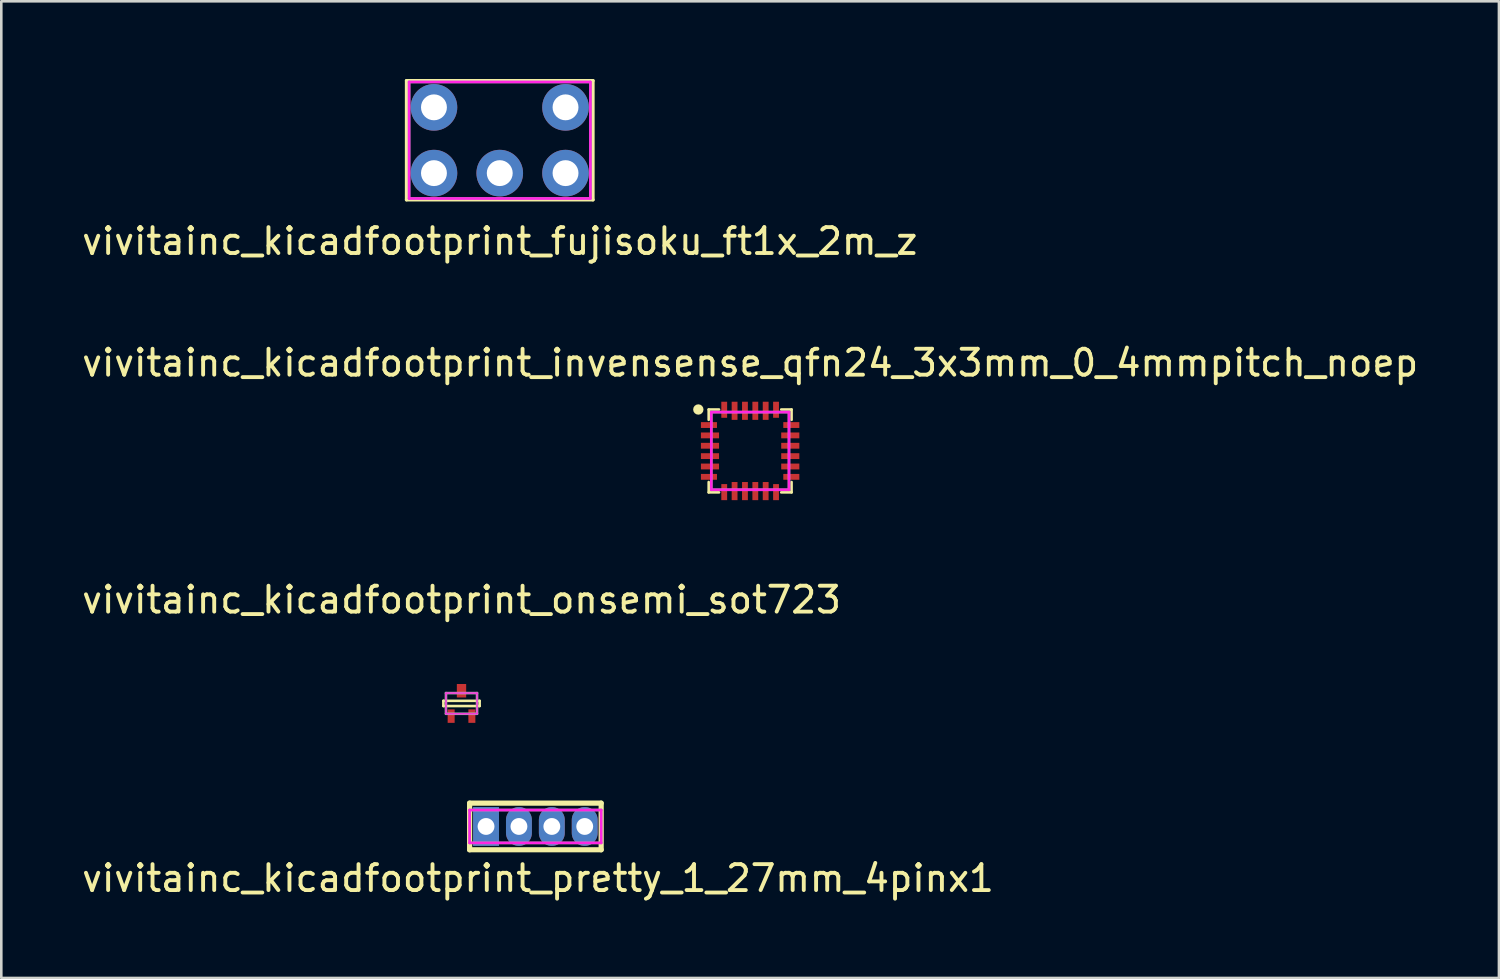
<source format=kicad_pcb>
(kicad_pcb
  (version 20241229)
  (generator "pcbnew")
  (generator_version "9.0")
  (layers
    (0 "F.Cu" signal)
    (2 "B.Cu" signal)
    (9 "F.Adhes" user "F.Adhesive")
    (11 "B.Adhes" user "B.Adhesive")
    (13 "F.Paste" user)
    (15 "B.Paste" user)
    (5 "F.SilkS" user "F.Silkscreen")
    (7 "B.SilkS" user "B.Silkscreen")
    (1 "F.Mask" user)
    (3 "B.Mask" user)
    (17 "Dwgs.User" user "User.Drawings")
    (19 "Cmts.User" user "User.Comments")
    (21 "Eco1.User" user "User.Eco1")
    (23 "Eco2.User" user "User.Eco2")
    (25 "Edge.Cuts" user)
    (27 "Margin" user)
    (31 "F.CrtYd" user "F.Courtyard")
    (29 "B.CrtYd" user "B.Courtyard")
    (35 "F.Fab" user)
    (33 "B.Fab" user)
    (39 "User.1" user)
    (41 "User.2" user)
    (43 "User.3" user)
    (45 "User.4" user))
  (footprint "vivitainc_kicadfootprint_onsemi_sot723"
    (layer "F.Cu")
    (at 14.768 24.108)
    (property "Reference" "vivitainc_kicadfootprint_onsemi_sot723" (at 0 -4 0) (layer "F.SilkS") (effects (font (size 1 1) (thickness 0.15))))
    (attr smd)
    (fp_line (start -0.7 -0.1) (end 0.7 -0.1) (stroke (width 0.1) (type solid)) (layer "F.SilkS"))
    (fp_line (start -0.7 0.1) (end -0.7 -0.1) (stroke (width 0.1) (type solid)) (layer "F.SilkS"))
    (fp_line (start 0.7 -0.1) (end 0.7 0.1) (stroke (width 0.1) (type solid)) (layer "F.SilkS"))
    (fp_line (start 0.7 0.1) (end -0.7 0.1) (stroke (width 0.1) (type solid)) (layer "F.SilkS"))
    (fp_line (start -0.6 -0.4) (end 0.6 -0.4) (stroke (width 0.05) (type solid)) (layer "F.CrtYd"))
    (fp_line (start -0.6 0.4) (end -0.6 -0.4) (stroke (width 0.05) (type solid)) (layer "F.CrtYd"))
    (fp_line (start 0.6 -0.4) (end 0.6 0.4) (stroke (width 0.05) (type solid)) (layer "F.CrtYd"))
    (fp_line (start 0.6 0.4) (end -0.6 0.4) (stroke (width 0.05) (type solid)) (layer "F.CrtYd"))
    (fp_line (start -0.6 -0.4) (end -0.6 0.4) (stroke (width 0.1) (type solid)) (layer "F.Fab"))
    (fp_line (start -0.6 0.4) (end 0.6 0.4) (stroke (width 0.1) (type solid)) (layer "F.Fab"))
    (fp_line (start 0.6 -0.4) (end -0.6 -0.4) (stroke (width 0.1) (type solid)) (layer "F.Fab"))
    (fp_line (start 0.6 0.4) (end 0.6 -0.4) (stroke (width 0.1) (type solid)) (layer "F.Fab"))
    (pad "1" smd rect (at -0.4 0.49) (size 0.27 0.52) (layers "F.Cu" "F.Mask" "F.Paste"))
    (pad "2" smd rect (at 0.4 0.49) (size 0.27 0.52) (layers "F.Cu" "F.Mask" "F.Paste"))
    (pad "3" smd rect (at 0 -0.49) (size 0.36 0.52) (layers "F.Cu" "F.Mask" "F.Paste")))
  (footprint "vivitainc_kicadfootprint_invensense_qfn24_3x3mm_0_4mmpitch_noep"
    (layer "F.Cu")
    (at 25.911 14.36)
    (property "Reference" "vivitainc_kicadfootprint_invensense_qfn24_3x3mm_0_4mmpitch_noep" (at 0 -3.4 0) (layer "F.SilkS") (effects (font (size 1 1) (thickness 0.15))))
    (attr smd)
    (fp_line (start -1.6 -1.6) (end -1.6 -1.2) (stroke (width 0.1) (type solid)) (layer "F.SilkS"))
    (fp_line (start -1.6 -1.6) (end -1.2 -1.6) (stroke (width 0.1) (type solid)) (layer "F.SilkS"))
    (fp_line (start -1.6 1.6) (end -1.6 1.2) (stroke (width 0.1) (type solid)) (layer "F.SilkS"))
    (fp_line (start -1.6 1.6) (end -1.2 1.6) (stroke (width 0.1) (type solid)) (layer "F.SilkS"))
    (fp_line (start 1.2 -1.6) (end 1.6 -1.6) (stroke (width 0.1) (type solid)) (layer "F.SilkS"))
    (fp_line (start 1.6 -1.6) (end 1.6 -1.2) (stroke (width 0.1) (type solid)) (layer "F.SilkS"))
    (fp_line (start 1.6 1.6) (end 1.2 1.6) (stroke (width 0.1) (type solid)) (layer "F.SilkS"))
    (fp_line (start 1.6 1.6) (end 1.6 1.2) (stroke (width 0.1) (type solid)) (layer "F.SilkS"))
    (fp_circle (center -2 -1.6) (end -2 -1.5) (stroke (width 0.2) (type solid)) (fill no) (layer "F.SilkS"))
    (fp_line (start -0.85 -0.77) (end 0.85 -0.77) (stroke (width 0.1) (type solid)) (layer "Eco1.User"))
    (fp_line (start -0.85 0.77) (end -0.85 -0.77) (stroke (width 0.1) (type solid)) (layer "Eco1.User"))
    (fp_line (start 0.85 -0.77) (end 0.85 0.77) (stroke (width 0.1) (type solid)) (layer "Eco1.User"))
    (fp_line (start 0.85 0.77) (end -0.85 0.77) (stroke (width 0.1) (type solid)) (layer "Eco1.User"))
    (fp_line (start -1.5 -1.5) (end -1.5 1.5) (stroke (width 0.1) (type solid)) (layer "F.CrtYd"))
    (fp_line (start -1.5 1.5) (end 1.5 1.5) (stroke (width 0.1) (type solid)) (layer "F.CrtYd"))
    (fp_line (start 1.5 -1.5) (end -1.5 -1.5) (stroke (width 0.1) (type solid)) (layer "F.CrtYd"))
    (fp_line (start 1.5 1.5) (end 1.5 -1.5) (stroke (width 0.1) (type solid)) (layer "F.CrtYd"))
    (fp_line (start -1.5 -1.5) (end -1.5 1.5) (stroke (width 0.1) (type solid)) (layer "F.Fab"))
    (fp_line (start -1.5 1.5) (end 1.5 1.5) (stroke (width 0.1) (type solid)) (layer "F.Fab"))
    (fp_line (start 1.5 -1.5) (end -1.5 -1.5) (stroke (width 0.1) (type solid)) (layer "F.Fab"))
    (fp_line (start 1.5 1.5) (end 1.5 -1.5) (stroke (width 0.1) (type solid)) (layer "F.Fab"))
    (pad "1" smd rect (at -1.59 -1) (size 0.62 0.225) (layers "F.Cu" "F.Mask" "F.Paste"))
    (pad "2" smd rect (at -1.55 -0.6) (size 0.7 0.225) (layers "F.Cu" "F.Mask" "F.Paste"))
    (pad "3" smd rect (at -1.55 -0.2) (size 0.7 0.225) (layers "F.Cu" "F.Mask" "F.Paste"))
    (pad "4" smd rect (at -1.55 0.2) (size 0.7 0.225) (layers "F.Cu" "F.Mask" "F.Paste"))
    (pad "5" smd rect (at -1.55 0.6) (size 0.7 0.225) (layers "F.Cu" "F.Mask" "F.Paste"))
    (pad "6" smd rect (at -1.59 1) (size 0.62 0.225) (layers "F.Cu" "F.Mask" "F.Paste"))
    (pad "7" smd rect (at -1 1.59) (size 0.225 0.62) (layers "F.Cu" "F.Mask" "F.Paste"))
    (pad "8" smd rect (at -0.6 1.55) (size 0.225 0.7) (layers "F.Cu" "F.Mask" "F.Paste"))
    (pad "9" smd rect (at -0.2 1.55) (size 0.225 0.7) (layers "F.Cu" "F.Mask" "F.Paste"))
    (pad "10" smd rect (at 0.2 1.55) (size 0.225 0.7) (layers "F.Cu" "F.Mask" "F.Paste"))
    (pad "11" smd rect (at 0.6 1.55) (size 0.225 0.7) (layers "F.Cu" "F.Mask" "F.Paste"))
    (pad "12" smd rect (at 1 1.59) (size 0.225 0.62) (layers "F.Cu" "F.Mask" "F.Paste"))
    (pad "13" smd rect (at 1.59 1) (size 0.62 0.225) (layers "F.Cu" "F.Mask" "F.Paste"))
    (pad "14" smd rect (at 1.55 0.6) (size 0.7 0.225) (layers "F.Cu" "F.Mask" "F.Paste"))
    (pad "15" smd rect (at 1.55 0.2) (size 0.7 0.225) (layers "F.Cu" "F.Mask" "F.Paste"))
    (pad "16" smd rect (at 1.55 -0.2) (size 0.7 0.225) (layers "F.Cu" "F.Mask" "F.Paste"))
    (pad "17" smd rect (at 1.55 -0.6) (size 0.7 0.225) (layers "F.Cu" "F.Mask" "F.Paste"))
    (pad "18" smd rect (at 1.59 -1) (size 0.62 0.225) (layers "F.Cu" "F.Mask" "F.Paste"))
    (pad "19" smd rect (at 1 -1.59) (size 0.225 0.62) (layers "F.Cu" "F.Mask" "F.Paste"))
    (pad "20" smd rect (at 0.6 -1.55) (size 0.225 0.7) (layers "F.Cu" "F.Mask" "F.Paste"))
    (pad "21" smd rect (at 0.2 -1.55) (size 0.225 0.7) (layers "F.Cu" "F.Mask" "F.Paste"))
    (pad "22" smd rect (at -0.2 -1.55) (size 0.225 0.7) (layers "F.Cu" "F.Mask" "F.Paste"))
    (pad "23" smd rect (at -0.6 -1.55) (size 0.225 0.7) (layers "F.Cu" "F.Mask" "F.Paste"))
    (pad "24" smd rect (at -1 -1.59) (size 0.225 0.62) (layers "F.Cu" "F.Mask" "F.Paste")))
  (footprint "vivitainc_kicadfootprint_pretty_1_27mm_4pinx1"
    (layer "F.Cu")
    (at 17.62 28.858)
    (property "Reference" "vivitainc_kicadfootprint_pretty_1_27mm_4pinx1" (at 0.1 2 0) (layer "F.SilkS") (effects (font (size 1 1) (thickness 0.15))))
    (attr through_hole)
    (fp_line (start -2.54 -0.9) (end 2.54 -0.9) (stroke (width 0.2) (type solid)) (layer "F.SilkS"))
    (fp_line (start -2.54 0.9) (end -2.54 -0.9) (stroke (width 0.2) (type solid)) (layer "F.SilkS"))
    (fp_line (start 2.54 -0.9) (end 2.54 0.9) (stroke (width 0.2) (type solid)) (layer "F.SilkS"))
    (fp_line (start 2.54 0.9) (end -2.54 0.9) (stroke (width 0.2) (type solid)) (layer "F.SilkS"))
    (fp_line (start -2.54 -0.635) (end 2.54 -0.635) (stroke (width 0.1) (type solid)) (layer "F.CrtYd"))
    (fp_line (start -2.54 0.635) (end -2.54 -0.635) (stroke (width 0.1) (type solid)) (layer "F.CrtYd"))
    (fp_line (start 2.54 -0.635) (end 2.54 0.635) (stroke (width 0.1) (type solid)) (layer "F.CrtYd"))
    (fp_line (start 2.54 0.635) (end -2.54 0.635) (stroke (width 0.1) (type solid)) (layer "F.CrtYd"))
    (fp_line (start -2.54 -0.635) (end 2.54 -0.635) (stroke (width 0.1) (type solid)) (layer "F.Fab"))
    (fp_line (start -2.54 0.635) (end -2.54 -0.635) (stroke (width 0.1) (type solid)) (layer "F.Fab"))
    (fp_line (start 2.54 -0.635) (end 2.54 0.635) (stroke (width 0.1) (type solid)) (layer "F.Fab"))
    (fp_line (start 2.54 0.635) (end -2.54 0.635) (stroke (width 0.1) (type solid)) (layer "F.Fab"))
    (pad "1" thru_hole rect (at -1.905 0) (size 1 1.5) (drill 0.65) (layers "*.Cu" "*.Mask"))
    (pad "2" thru_hole oval (at -0.635 0) (size 1 1.5) (drill 0.65) (layers "*.Cu" "*.Mask"))
    (pad "3" thru_hole oval (at 0.635 0) (size 1 1.5) (drill 0.65) (layers "*.Cu" "*.Mask"))
    (pad "4" thru_hole oval (at 1.905 0) (size 1 1.5) (drill 0.65) (layers "*.Cu" "*.Mask")))
  (footprint "vivitainc_kicadfootprint_fujisoku_ft1x_2m_z"
    (layer "F.Cu")
    (at 16.244 2.364)
    (property "Reference" "vivitainc_kicadfootprint_fujisoku_ft1x_2m_z" (at 0 3.9 0) (layer "F.SilkS") (effects (font (size 1 1) (thickness 0.15))))
    (attr through_hole)
    (fp_line (start -3.6 -2.3) (end 3.6 -2.3) (stroke (width 0.127) (type solid)) (layer "F.SilkS"))
    (fp_line (start -3.6 2.3) (end -3.6 -2.3) (stroke (width 0.127) (type solid)) (layer "F.SilkS"))
    (fp_line (start 3.6 -2.3) (end 3.6 2.3) (stroke (width 0.127) (type solid)) (layer "F.SilkS"))
    (fp_line (start 3.6 2.3) (end -3.6 2.3) (stroke (width 0.127) (type solid)) (layer "F.SilkS"))
    (fp_line (start -3.5 -2.25) (end 3.5 -2.25) (stroke (width 0.1) (type solid)) (layer "F.CrtYd"))
    (fp_line (start -3.5 2.25) (end -3.5 -2.25) (stroke (width 0.1) (type solid)) (layer "F.CrtYd"))
    (fp_line (start 3.5 -2.25) (end 3.5 2.25) (stroke (width 0.1) (type solid)) (layer "F.CrtYd"))
    (fp_line (start 3.5 2.25) (end -3.5 2.25) (stroke (width 0.1) (type solid)) (layer "F.CrtYd"))
    (fp_line (start -3.5 -2.25) (end 3.5 -2.25) (stroke (width 0.1) (type solid)) (layer "F.Fab"))
    (fp_line (start -3.5 2.25) (end -3.5 -2.25) (stroke (width 0.1) (type solid)) (layer "F.Fab"))
    (fp_line (start 3.5 -2.25) (end 3.5 2.25) (stroke (width 0.1) (type solid)) (layer "F.Fab"))
    (fp_line (start 3.5 2.25) (end -3.5 2.25) (stroke (width 0.1) (type solid)) (layer "F.Fab"))
    (pad "1" thru_hole circle (at -2.54 1.27) (size 1.8 1.8) (drill 1) (layers "*.Cu" "*.Mask"))
    (pad "2" thru_hole circle (at 0 1.27) (size 1.8 1.8) (drill 1) (layers "*.Cu" "*.Mask"))
    (pad "3" thru_hole circle (at 2.54 1.27) (size 1.8 1.8) (drill 1) (layers "*.Cu" "*.Mask"))
    (pad "4" thru_hole circle (at 2.54 -1.27) (size 1.8 1.8) (drill 1) (layers "*.Cu" "*.Mask"))
    (pad "5" thru_hole circle (at -2.54 -1.27) (size 1.8 1.8) (drill 1) (layers "*.Cu" "*.Mask")))
  (gr_rect
    (start -3 -3)
    (end 54.821 34.706)
    (stroke (width 0.1) (type default))
    (fill no)
    (layer "Edge.Cuts")))
</source>
